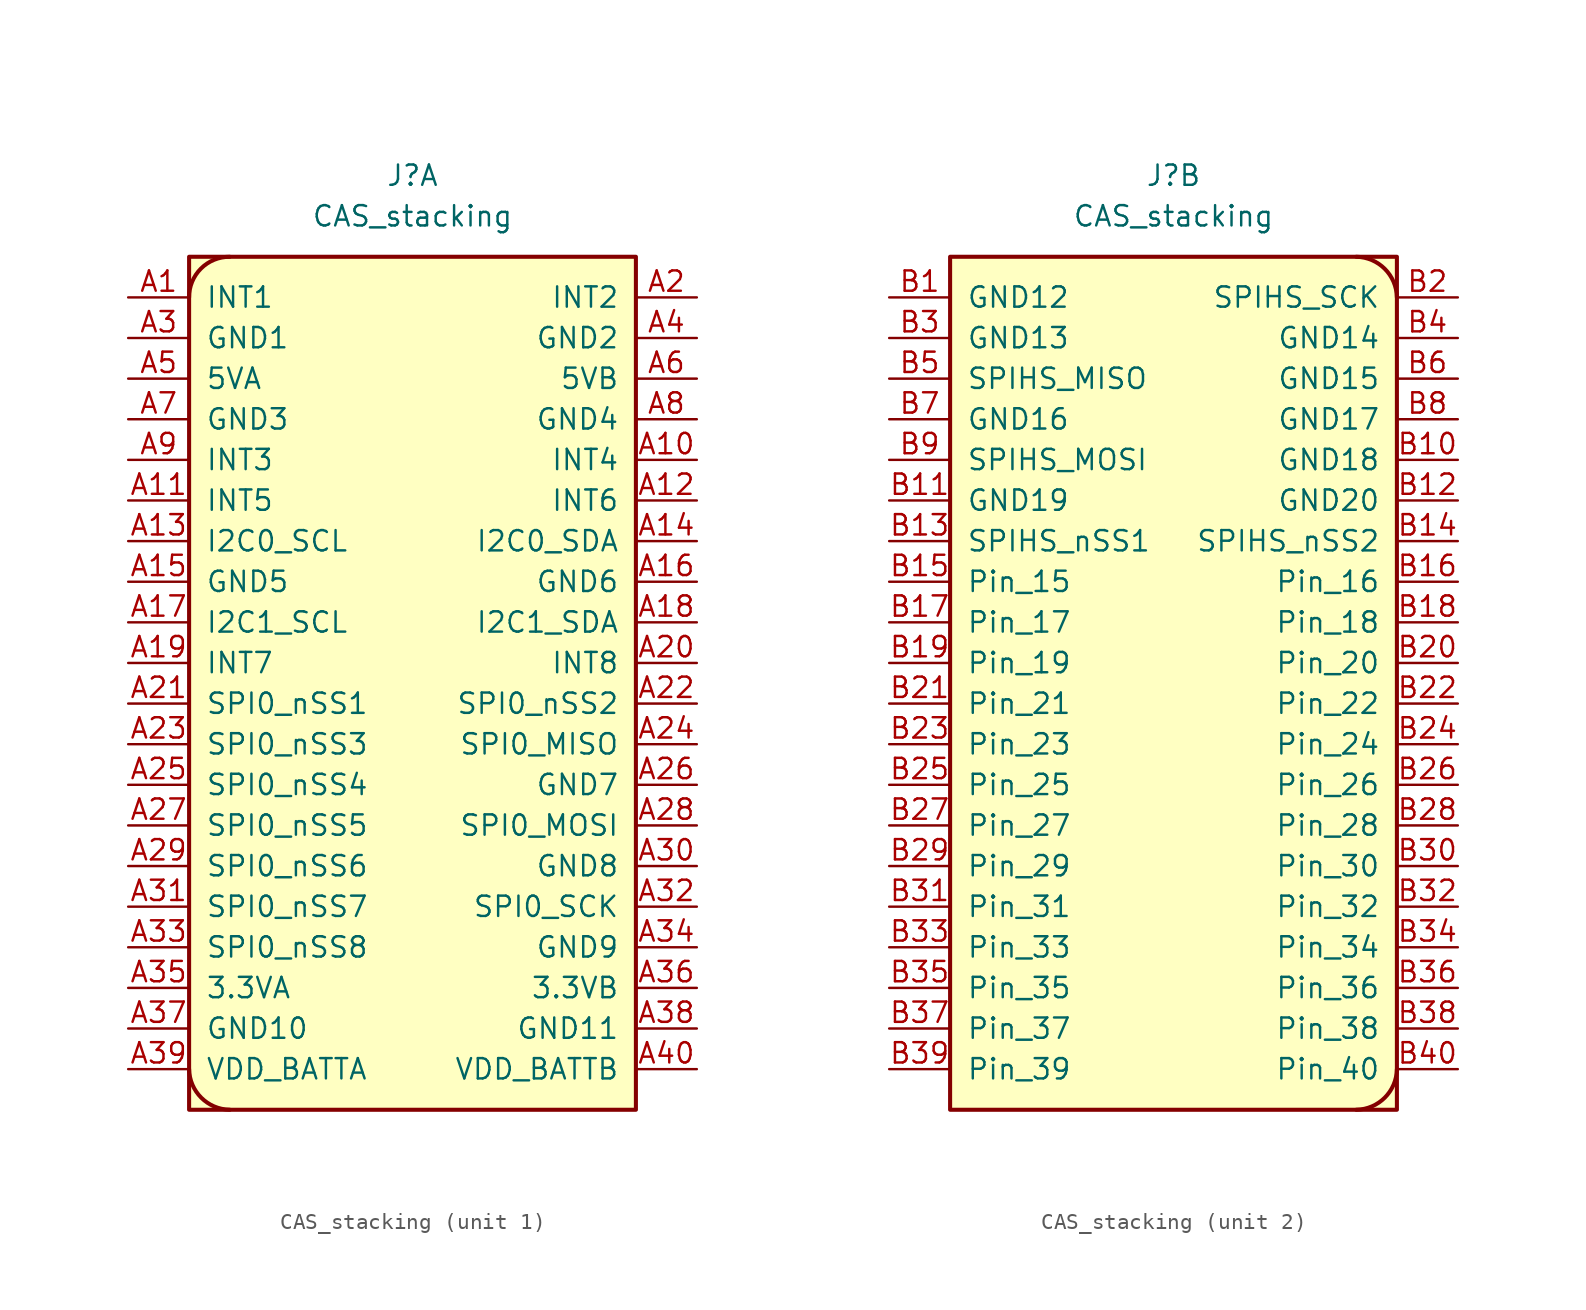
<source format=kicad_sym>
(kicad_symbol_lib
  (version 20211014)
  (generator kicad_symbol_editor)
  (symbol "CAS_stacking"
    (pin_names
      (offset 1.016))
    (property "Reference" "J"
      (at 0 31.75 0)
      (effects (font (size 1.27 1.27))))
    (property "Value" "CAS_stacking"
      (at 0 29.21 0)
      (effects (font (size 1.27 1.27))))
    (property "ki_locked" ""
      (at 0 0 0)
      (effects (font (size 1.27 1.27))))
    (symbol "CAS_stacking_0_0"
      (rectangle (start -13.97 26.67) (end 13.97 -26.67) (stroke (width 0.254) (type default) (color 0 0 0 0)) (fill (type background))))
    (symbol "CAS_stacking_1_0"
      (arc (start -13.97 -24.13) (mid -13.2171 -25.9097) (end -11.43 -26.67) (stroke (width 0.254) (type default) (color 0 0 0 0)) (fill (type none)))
      (arc (start -11.43 26.67) (mid -13.2349 25.9277) (end -13.97 24.13) (stroke (width 0.254) (type default) (color 0 0 0 0)) (fill (type none))))
    (symbol "CAS_stacking_1_1"
      (pin passive line (at -17.78 24.13 0) (length 3.81) (name "INT1" (effects (font (size 1.27 1.27)))) (number "A1" (effects (font (size 1.27 1.27)))))
      (pin passive line (at 17.78 13.97 180) (length 3.81) (name "INT4" (effects (font (size 1.27 1.27)))) (number "A10" (effects (font (size 1.27 1.27)))))
      (pin passive line (at -17.78 11.43 0) (length 3.81) (name "INT5" (effects (font (size 1.27 1.27)))) (number "A11" (effects (font (size 1.27 1.27)))))
      (pin passive line (at 17.78 11.43 180) (length 3.81) (name "INT6" (effects (font (size 1.27 1.27)))) (number "A12" (effects (font (size 1.27 1.27)))))
      (pin passive line (at -17.78 8.89 0) (length 3.81) (name "I2C0_SCL" (effects (font (size 1.27 1.27)))) (number "A13" (effects (font (size 1.27 1.27)))))
      (pin passive line (at 17.78 8.89 180) (length 3.81) (name "I2C0_SDA" (effects (font (size 1.27 1.27)))) (number "A14" (effects (font (size 1.27 1.27)))))
      (pin passive line (at -17.78 6.35 0) (length 3.81) (name "GND5" (effects (font (size 1.27 1.27)))) (number "A15" (effects (font (size 1.27 1.27)))))
      (pin passive line (at 17.78 6.35 180) (length 3.81) (name "GND6" (effects (font (size 1.27 1.27)))) (number "A16" (effects (font (size 1.27 1.27)))))
      (pin passive line (at -17.78 3.81 0) (length 3.81) (name "I2C1_SCL" (effects (font (size 1.27 1.27)))) (number "A17" (effects (font (size 1.27 1.27)))))
      (pin passive line (at 17.78 3.81 180) (length 3.81) (name "I2C1_SDA" (effects (font (size 1.27 1.27)))) (number "A18" (effects (font (size 1.27 1.27)))))
      (pin passive line (at -17.78 1.27 0) (length 3.81) (name "INT7" (effects (font (size 1.27 1.27)))) (number "A19" (effects (font (size 1.27 1.27)))))
      (pin passive line (at 17.78 24.13 180) (length 3.81) (name "INT2" (effects (font (size 1.27 1.27)))) (number "A2" (effects (font (size 1.27 1.27)))))
      (pin passive line (at 17.78 1.27 180) (length 3.81) (name "INT8" (effects (font (size 1.27 1.27)))) (number "A20" (effects (font (size 1.27 1.27)))))
      (pin passive line (at -17.78 -1.27 0) (length 3.81) (name "SPI0_nSS1" (effects (font (size 1.27 1.27)))) (number "A21" (effects (font (size 1.27 1.27)))))
      (pin passive line (at 17.78 -1.27 180) (length 3.81) (name "SPI0_nSS2" (effects (font (size 1.27 1.27)))) (number "A22" (effects (font (size 1.27 1.27)))))
      (pin passive line (at -17.78 -3.81 0) (length 3.81) (name "SPI0_nSS3" (effects (font (size 1.27 1.27)))) (number "A23" (effects (font (size 1.27 1.27)))))
      (pin passive line (at 17.78 -3.81 180) (length 3.81) (name "SPI0_MISO" (effects (font (size 1.27 1.27)))) (number "A24" (effects (font (size 1.27 1.27)))))
      (pin passive line (at -17.78 -6.35 0) (length 3.81) (name "SPI0_nSS4" (effects (font (size 1.27 1.27)))) (number "A25" (effects (font (size 1.27 1.27)))))
      (pin passive line (at 17.78 -6.35 180) (length 3.81) (name "GND7" (effects (font (size 1.27 1.27)))) (number "A26" (effects (font (size 1.27 1.27)))))
      (pin passive line (at -17.78 -8.89 0) (length 3.81) (name "SPI0_nSS5" (effects (font (size 1.27 1.27)))) (number "A27" (effects (font (size 1.27 1.27)))))
      (pin passive line (at 17.78 -8.89 180) (length 3.81) (name "SPI0_MOSI" (effects (font (size 1.27 1.27)))) (number "A28" (effects (font (size 1.27 1.27)))))
      (pin passive line (at -17.78 -11.43 0) (length 3.81) (name "SPI0_nSS6" (effects (font (size 1.27 1.27)))) (number "A29" (effects (font (size 1.27 1.27)))))
      (pin passive line (at -17.78 21.59 0) (length 3.81) (name "GND1" (effects (font (size 1.27 1.27)))) (number "A3" (effects (font (size 1.27 1.27)))))
      (pin passive line (at 17.78 -11.43 180) (length 3.81) (name "GND8" (effects (font (size 1.27 1.27)))) (number "A30" (effects (font (size 1.27 1.27)))))
      (pin passive line (at -17.78 -13.97 0) (length 3.81) (name "SPI0_nSS7" (effects (font (size 1.27 1.27)))) (number "A31" (effects (font (size 1.27 1.27)))))
      (pin passive line (at 17.78 -13.97 180) (length 3.81) (name "SPI0_SCK" (effects (font (size 1.27 1.27)))) (number "A32" (effects (font (size 1.27 1.27)))))
      (pin passive line (at -17.78 -16.51 0) (length 3.81) (name "SPI0_nSS8" (effects (font (size 1.27 1.27)))) (number "A33" (effects (font (size 1.27 1.27)))))
      (pin passive line (at 17.78 -16.51 180) (length 3.81) (name "GND9" (effects (font (size 1.27 1.27)))) (number "A34" (effects (font (size 1.27 1.27)))))
      (pin passive line (at -17.78 -19.05 0) (length 3.81) (name "3.3VA" (effects (font (size 1.27 1.27)))) (number "A35" (effects (font (size 1.27 1.27)))))
      (pin passive line (at 17.78 -19.05 180) (length 3.81) (name "3.3VB" (effects (font (size 1.27 1.27)))) (number "A36" (effects (font (size 1.27 1.27)))))
      (pin passive line (at -17.78 -21.59 0) (length 3.81) (name "GND10" (effects (font (size 1.27 1.27)))) (number "A37" (effects (font (size 1.27 1.27)))))
      (pin passive line (at 17.78 -21.59 180) (length 3.81) (name "GND11" (effects (font (size 1.27 1.27)))) (number "A38" (effects (font (size 1.27 1.27)))))
      (pin passive line (at -17.78 -24.13 0) (length 3.81) (name "VDD_BATTA" (effects (font (size 1.27 1.27)))) (number "A39" (effects (font (size 1.27 1.27)))))
      (pin passive line (at 17.78 21.59 180) (length 3.81) (name "GND2" (effects (font (size 1.27 1.27)))) (number "A4" (effects (font (size 1.27 1.27)))))
      (pin passive line (at 17.78 -24.13 180) (length 3.81) (name "VDD_BATTB" (effects (font (size 1.27 1.27)))) (number "A40" (effects (font (size 1.27 1.27)))))
      (pin passive line (at -17.78 19.05 0) (length 3.81) (name "5VA" (effects (font (size 1.27 1.27)))) (number "A5" (effects (font (size 1.27 1.27)))))
      (pin passive line (at 17.78 19.05 180) (length 3.81) (name "5VB" (effects (font (size 1.27 1.27)))) (number "A6" (effects (font (size 1.27 1.27)))))
      (pin passive line (at -17.78 16.51 0) (length 3.81) (name "GND3" (effects (font (size 1.27 1.27)))) (number "A7" (effects (font (size 1.27 1.27)))))
      (pin passive line (at 17.78 16.51 180) (length 3.81) (name "GND4" (effects (font (size 1.27 1.27)))) (number "A8" (effects (font (size 1.27 1.27)))))
      (pin passive line (at -17.78 13.97 0) (length 3.81) (name "INT3" (effects (font (size 1.27 1.27)))) (number "A9" (effects (font (size 1.27 1.27))))))
    (symbol "CAS_stacking_2_0"
      (arc (start 11.43 -26.67) (mid 13.2097 -25.9171) (end 13.97 -24.13) (stroke (width 0.254) (type default) (color 0 0 0 0)) (fill (type none)))
      (arc (start 13.97 24.13) (mid 13.2171 25.9097) (end 11.43 26.67) (stroke (width 0.254) (type default) (color 0 0 0 0)) (fill (type none))))
    (symbol "CAS_stacking_2_1"
      (pin passive line (at -17.78 24.13 0) (length 3.81) (name "GND12" (effects (font (size 1.27 1.27)))) (number "B1" (effects (font (size 1.27 1.27)))))
      (pin passive line (at 17.78 13.97 180) (length 3.81) (name "GND18" (effects (font (size 1.27 1.27)))) (number "B10" (effects (font (size 1.27 1.27)))))
      (pin passive line (at -17.78 11.43 0) (length 3.81) (name "GND19" (effects (font (size 1.27 1.27)))) (number "B11" (effects (font (size 1.27 1.27)))))
      (pin passive line (at 17.78 11.43 180) (length 3.81) (name "GND20" (effects (font (size 1.27 1.27)))) (number "B12" (effects (font (size 1.27 1.27)))))
      (pin passive line (at -17.78 8.89 0) (length 3.81) (name "SPIHS_nSS1" (effects (font (size 1.27 1.27)))) (number "B13" (effects (font (size 1.27 1.27)))))
      (pin passive line (at 17.78 8.89 180) (length 3.81) (name "SPIHS_nSS2" (effects (font (size 1.27 1.27)))) (number "B14" (effects (font (size 1.27 1.27)))))
      (pin passive line (at -17.78 6.35 0) (length 3.81) (name "Pin_15" (effects (font (size 1.27 1.27)))) (number "B15" (effects (font (size 1.27 1.27)))))
      (pin passive line (at 17.78 6.35 180) (length 3.81) (name "Pin_16" (effects (font (size 1.27 1.27)))) (number "B16" (effects (font (size 1.27 1.27)))))
      (pin passive line (at -17.78 3.81 0) (length 3.81) (name "Pin_17" (effects (font (size 1.27 1.27)))) (number "B17" (effects (font (size 1.27 1.27)))))
      (pin passive line (at 17.78 3.81 180) (length 3.81) (name "Pin_18" (effects (font (size 1.27 1.27)))) (number "B18" (effects (font (size 1.27 1.27)))))
      (pin passive line (at -17.78 1.27 0) (length 3.81) (name "Pin_19" (effects (font (size 1.27 1.27)))) (number "B19" (effects (font (size 1.27 1.27)))))
      (pin passive line (at 17.78 24.13 180) (length 3.81) (name "SPIHS_SCK" (effects (font (size 1.27 1.27)))) (number "B2" (effects (font (size 1.27 1.27)))))
      (pin passive line (at 17.78 1.27 180) (length 3.81) (name "Pin_20" (effects (font (size 1.27 1.27)))) (number "B20" (effects (font (size 1.27 1.27)))))
      (pin passive line (at -17.78 -1.27 0) (length 3.81) (name "Pin_21" (effects (font (size 1.27 1.27)))) (number "B21" (effects (font (size 1.27 1.27)))))
      (pin passive line (at 17.78 -1.27 180) (length 3.81) (name "Pin_22" (effects (font (size 1.27 1.27)))) (number "B22" (effects (font (size 1.27 1.27)))))
      (pin passive line (at -17.78 -3.81 0) (length 3.81) (name "Pin_23" (effects (font (size 1.27 1.27)))) (number "B23" (effects (font (size 1.27 1.27)))))
      (pin passive line (at 17.78 -3.81 180) (length 3.81) (name "Pin_24" (effects (font (size 1.27 1.27)))) (number "B24" (effects (font (size 1.27 1.27)))))
      (pin passive line (at -17.78 -6.35 0) (length 3.81) (name "Pin_25" (effects (font (size 1.27 1.27)))) (number "B25" (effects (font (size 1.27 1.27)))))
      (pin passive line (at 17.78 -6.35 180) (length 3.81) (name "Pin_26" (effects (font (size 1.27 1.27)))) (number "B26" (effects (font (size 1.27 1.27)))))
      (pin passive line (at -17.78 -8.89 0) (length 3.81) (name "Pin_27" (effects (font (size 1.27 1.27)))) (number "B27" (effects (font (size 1.27 1.27)))))
      (pin passive line (at 17.78 -8.89 180) (length 3.81) (name "Pin_28" (effects (font (size 1.27 1.27)))) (number "B28" (effects (font (size 1.27 1.27)))))
      (pin passive line (at -17.78 -11.43 0) (length 3.81) (name "Pin_29" (effects (font (size 1.27 1.27)))) (number "B29" (effects (font (size 1.27 1.27)))))
      (pin passive line (at -17.78 21.59 0) (length 3.81) (name "GND13" (effects (font (size 1.27 1.27)))) (number "B3" (effects (font (size 1.27 1.27)))))
      (pin passive line (at 17.78 -11.43 180) (length 3.81) (name "Pin_30" (effects (font (size 1.27 1.27)))) (number "B30" (effects (font (size 1.27 1.27)))))
      (pin passive line (at -17.78 -13.97 0) (length 3.81) (name "Pin_31" (effects (font (size 1.27 1.27)))) (number "B31" (effects (font (size 1.27 1.27)))))
      (pin passive line (at 17.78 -13.97 180) (length 3.81) (name "Pin_32" (effects (font (size 1.27 1.27)))) (number "B32" (effects (font (size 1.27 1.27)))))
      (pin passive line (at -17.78 -16.51 0) (length 3.81) (name "Pin_33" (effects (font (size 1.27 1.27)))) (number "B33" (effects (font (size 1.27 1.27)))))
      (pin passive line (at 17.78 -16.51 180) (length 3.81) (name "Pin_34" (effects (font (size 1.27 1.27)))) (number "B34" (effects (font (size 1.27 1.27)))))
      (pin passive line (at -17.78 -19.05 0) (length 3.81) (name "Pin_35" (effects (font (size 1.27 1.27)))) (number "B35" (effects (font (size 1.27 1.27)))))
      (pin passive line (at 17.78 -19.05 180) (length 3.81) (name "Pin_36" (effects (font (size 1.27 1.27)))) (number "B36" (effects (font (size 1.27 1.27)))))
      (pin passive line (at -17.78 -21.59 0) (length 3.81) (name "Pin_37" (effects (font (size 1.27 1.27)))) (number "B37" (effects (font (size 1.27 1.27)))))
      (pin passive line (at 17.78 -21.59 180) (length 3.81) (name "Pin_38" (effects (font (size 1.27 1.27)))) (number "B38" (effects (font (size 1.27 1.27)))))
      (pin passive line (at -17.78 -24.13 0) (length 3.81) (name "Pin_39" (effects (font (size 1.27 1.27)))) (number "B39" (effects (font (size 1.27 1.27)))))
      (pin passive line (at 17.78 21.59 180) (length 3.81) (name "GND14" (effects (font (size 1.27 1.27)))) (number "B4" (effects (font (size 1.27 1.27)))))
      (pin passive line (at 17.78 -24.13 180) (length 3.81) (name "Pin_40" (effects (font (size 1.27 1.27)))) (number "B40" (effects (font (size 1.27 1.27)))))
      (pin passive line (at -17.78 19.05 0) (length 3.81) (name "SPIHS_MISO" (effects (font (size 1.27 1.27)))) (number "B5" (effects (font (size 1.27 1.27)))))
      (pin passive line (at 17.78 19.05 180) (length 3.81) (name "GND15" (effects (font (size 1.27 1.27)))) (number "B6" (effects (font (size 1.27 1.27)))))
      (pin passive line (at -17.78 16.51 0) (length 3.81) (name "GND16" (effects (font (size 1.27 1.27)))) (number "B7" (effects (font (size 1.27 1.27)))))
      (pin passive line (at 17.78 16.51 180) (length 3.81) (name "GND17" (effects (font (size 1.27 1.27)))) (number "B8" (effects (font (size 1.27 1.27)))))
      (pin passive line (at -17.78 13.97 0) (length 3.81) (name "SPIHS_MOSI" (effects (font (size 1.27 1.27)))) (number "B9" (effects (font (size 1.27 1.27))))))))
</source>
